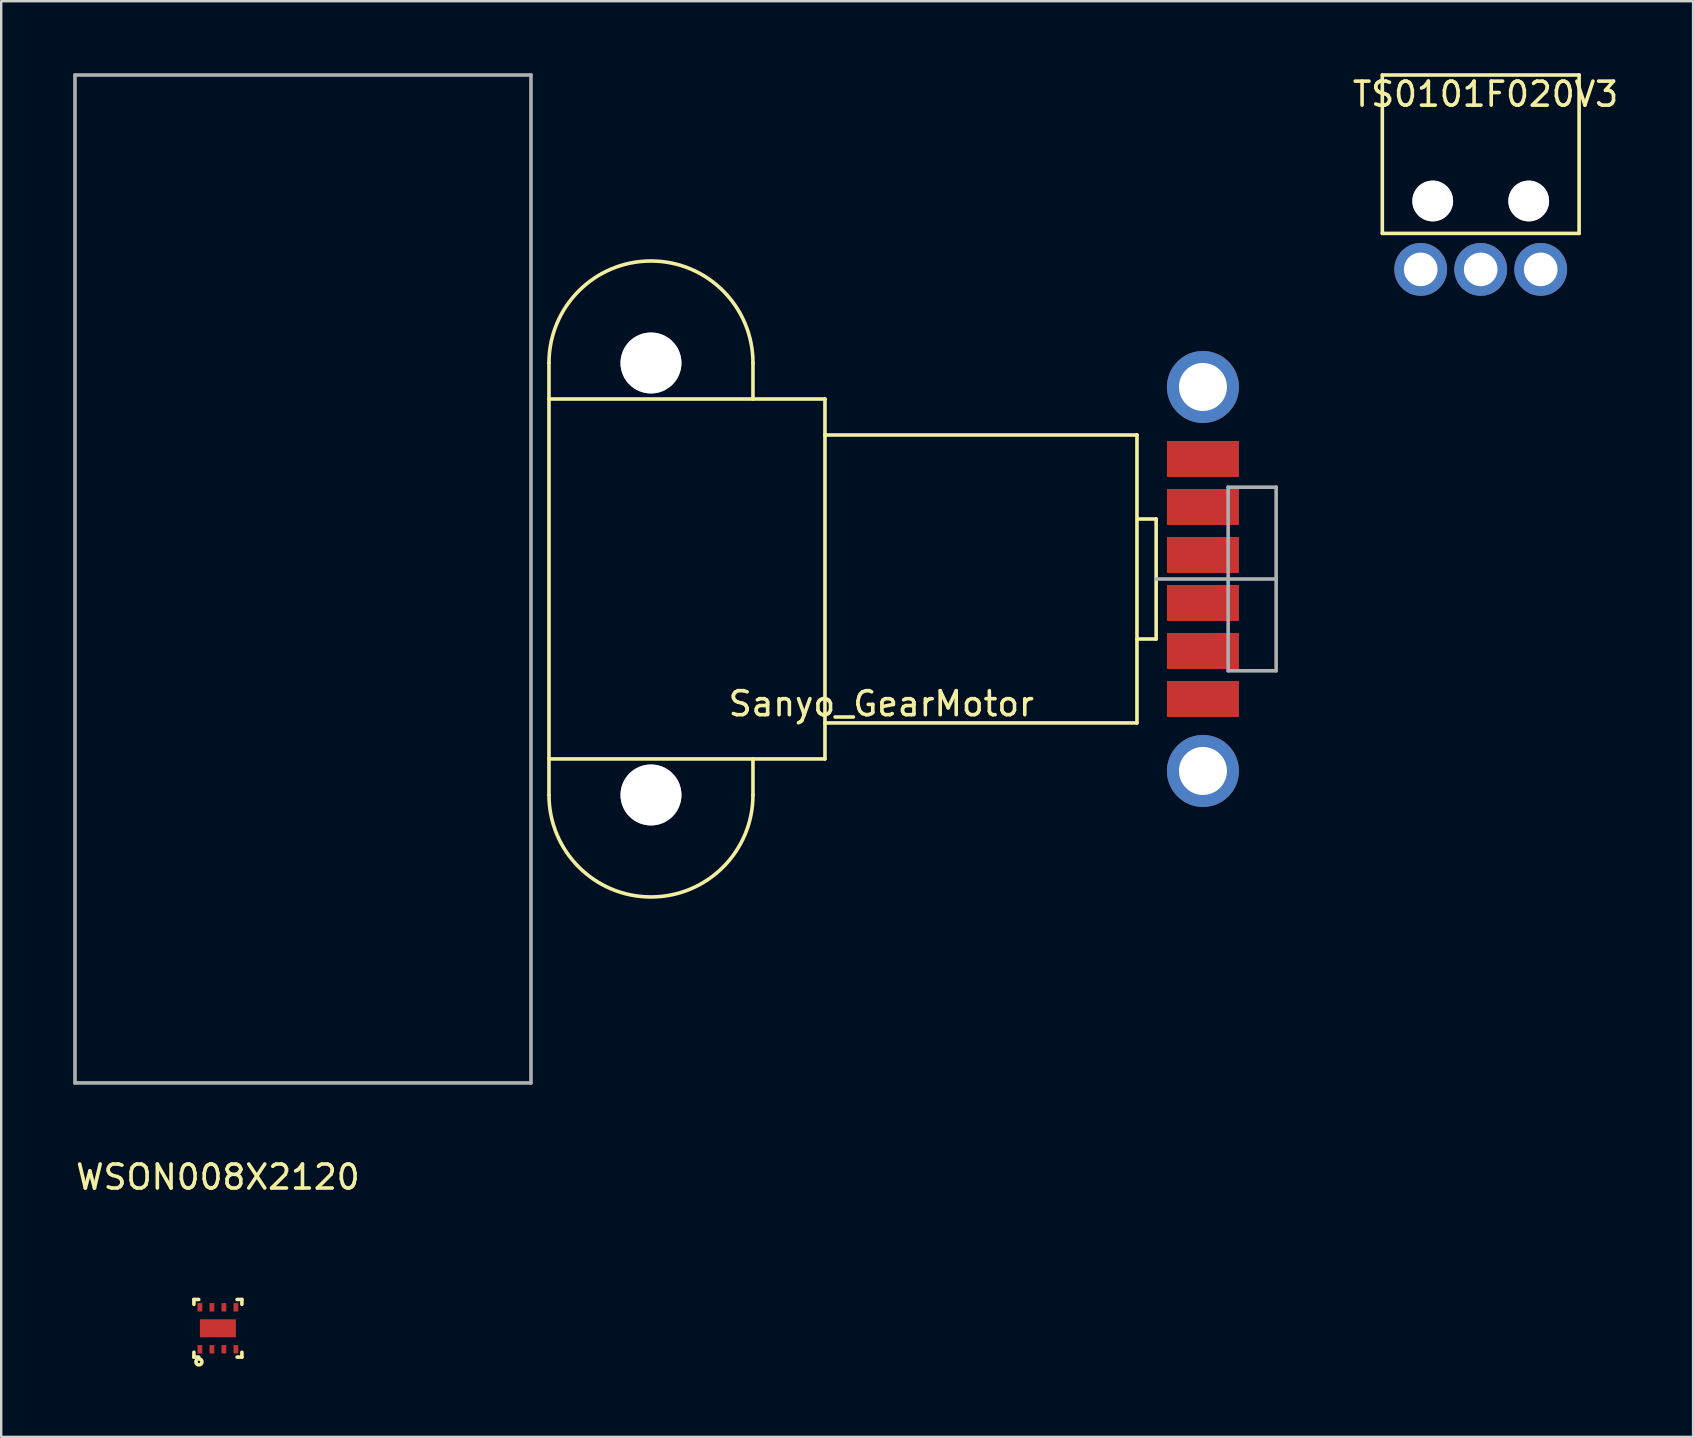
<source format=kicad_pcb>
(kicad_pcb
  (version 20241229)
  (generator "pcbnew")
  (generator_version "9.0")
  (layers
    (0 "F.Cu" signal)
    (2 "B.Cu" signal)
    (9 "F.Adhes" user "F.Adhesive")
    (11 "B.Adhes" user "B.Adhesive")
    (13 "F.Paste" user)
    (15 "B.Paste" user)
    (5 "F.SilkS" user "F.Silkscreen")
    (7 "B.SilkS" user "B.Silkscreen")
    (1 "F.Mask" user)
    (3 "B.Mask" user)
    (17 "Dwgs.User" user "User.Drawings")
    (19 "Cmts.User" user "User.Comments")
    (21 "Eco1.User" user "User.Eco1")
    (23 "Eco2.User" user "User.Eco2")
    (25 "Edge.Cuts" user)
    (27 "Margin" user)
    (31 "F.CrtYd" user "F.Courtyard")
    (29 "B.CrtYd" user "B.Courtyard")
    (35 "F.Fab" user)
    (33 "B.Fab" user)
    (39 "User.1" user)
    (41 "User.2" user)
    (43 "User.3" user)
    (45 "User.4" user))
  (footprint "TS0101F020V3"
    (layer "F.Cu")
    (at 58.649 8.175)
    (property "Reference" "TS0101F020V3" (at 0.2 -7.3 0) (layer "F.SilkS") (effects (font (size 1 1) (thickness 0.15))))
    (attr through_hole)
    (fp_line (start -4.1 -8.1) (end 4.1 -8.1) (stroke (width 0.15) (type solid)) (layer "F.SilkS"))
    (fp_line (start -4.1 -1.5) (end -4.1 -8.1) (stroke (width 0.15) (type solid)) (layer "F.SilkS"))
    (fp_line (start -4.1 -1.5) (end 4.1 -1.5) (stroke (width 0.15) (type solid)) (layer "F.SilkS"))
    (fp_line (start 4.1 -8.1) (end 4.1 -1.5) (stroke (width 0.15) (type solid)) (layer "F.SilkS"))
    (pad "" thru_hole circle (at -2 -2.85) (size 1.7 1.7) (drill 1.7) (layers "*.Cu" "*.Mask"))
    (pad "" thru_hole circle (at 2 -2.85) (size 1.7 1.7) (drill 1.7) (layers "*.Cu" "*.Mask"))
    (pad "1" thru_hole circle (at 2.5 0) (size 2.2 2.2) (drill 1.4) (layers "*.Cu" "*.Mask"))
    (pad "2" thru_hole circle (at -2.5 0) (size 2.2 2.2) (drill 1.4) (layers "*.Cu" "*.Mask"))
    (pad "3" thru_hole circle (at 0 0) (size 2.2 2.2) (drill 1.4) (layers "*.Cu" "*.Mask")))
  (footprint "Sanyo_GearMotor"
    (layer "F.Cu")
    (at 24.075 21.075)
    (property "Reference" "Sanyo_GearMotor" (at 9.6 5.2 0) (layer "F.SilkS") (effects (font (size 1 1) (thickness 0.15))))
    (attr through_hole)
    (fp_line (start -4.25 -7.5) (end 7.25 -7.5) (stroke (width 0.15) (type solid)) (layer "F.SilkS"))
    (fp_line (start -4.25 9) (end -4.25 -9) (stroke (width 0.15) (type solid)) (layer "F.SilkS"))
    (fp_line (start 4.25 -9) (end 4.25 -7.5) (stroke (width 0.15) (type solid)) (layer "F.SilkS"))
    (fp_line (start 4.25 9) (end 4.25 7.5) (stroke (width 0.15) (type solid)) (layer "F.SilkS"))
    (fp_line (start 7.25 -7.5) (end 7.25 7.5) (stroke (width 0.15) (type solid)) (layer "F.SilkS"))
    (fp_line (start 7.25 7.5) (end -4.25 7.5) (stroke (width 0.15) (type solid)) (layer "F.SilkS"))
    (fp_line (start 20.25 -6) (end 7.25 -6) (stroke (width 0.15) (type solid)) (layer "F.SilkS"))
    (fp_line (start 20.25 -6) (end 20.25 6) (stroke (width 0.15) (type solid)) (layer "F.SilkS"))
    (fp_line (start 20.25 6) (end 7.25 6) (stroke (width 0.15) (type solid)) (layer "F.SilkS"))
    (fp_line (start 20.3 -2.5) (end 21.05 -2.5) (stroke (width 0.15) (type solid)) (layer "F.SilkS"))
    (fp_line (start 21.05 -2.5) (end 21.05 2.5) (stroke (width 0.15) (type solid)) (layer "F.SilkS"))
    (fp_line (start 21.05 2.5) (end 20.25 2.5) (stroke (width 0.15) (type solid)) (layer "F.SilkS"))
    (fp_arc (start -4.25 -9) (mid 0 -13.25) (end 4.25 -9) (stroke (width 0.15) (type solid)) (layer "F.SilkS"))
    (fp_arc (start 4.25 9) (mid 0 13.25) (end -4.25 9) (stroke (width 0.15) (type solid)) (layer "F.SilkS"))
    (fp_line (start -24 -21) (end -5 -21) (stroke (width 0.15) (type solid)) (layer "F.Fab"))
    (fp_line (start -24 21) (end -24 -21) (stroke (width 0.15) (type solid)) (layer "F.Fab"))
    (fp_line (start -5 -21) (end -5 21) (stroke (width 0.15) (type solid)) (layer "F.Fab"))
    (fp_line (start -5 21) (end -24 21) (stroke (width 0.15) (type solid)) (layer "F.Fab"))
    (fp_line (start 21.05 0) (end 26.05 0) (stroke (width 0.15) (type solid)) (layer "F.Fab"))
    (fp_line (start 24.05 -3.825) (end 24.05 3.825) (stroke (width 0.15) (type solid)) (layer "F.Fab"))
    (fp_line (start 24.05 3.825) (end 26.05 3.825) (stroke (width 0.15) (type solid)) (layer "F.Fab"))
    (fp_line (start 26.05 -3.825) (end 24.05 -3.825) (stroke (width 0.15) (type solid)) (layer "F.Fab"))
    (fp_line (start 26.05 3.825) (end 26.05 -3.825) (stroke (width 0.15) (type solid)) (layer "F.Fab"))
    (pad "" thru_hole circle (at 0 -9) (size 2.54 2.54) (drill 2.54) (layers "*.Cu" "*.Mask"))
    (pad "" thru_hole circle (at 0 9) (size 2.54 2.54) (drill 2.54) (layers "*.Cu" "*.Mask"))
    (pad "1" smd rect (at 23 5) (size 3 1.5) (layers "F.Cu" "F.Mask" "F.Paste"))
    (pad "1" thru_hole circle (at 23 8) (size 3 3) (drill 2) (layers "*.Cu" "*.Mask"))
    (pad "2" thru_hole circle (at 23 -8) (size 3 3) (drill 2) (layers "*.Cu" "*.Mask"))
    (pad "2" smd rect (at 23 3) (size 3 1.5) (layers "F.Cu" "F.Mask" "F.Paste"))
    (pad "3" smd rect (at 23 1) (size 3 1.5) (layers "F.Cu" "F.Mask" "F.Paste"))
    (pad "4" smd rect (at 23 -1) (size 3 1.5) (layers "F.Cu" "F.Mask" "F.Paste"))
    (pad "5" smd rect (at 23 -3) (size 3 1.5) (layers "F.Cu" "F.Mask" "F.Paste"))
    (pad "6" smd rect (at 23 -5) (size 3 1.5) (layers "F.Cu" "F.Mask" "F.Paste")))
  (footprint "WSON008X2120"
    (layer "F.Cu")
    (at 6.03 52.298)
    (property "Reference" "WSON008X2120" (at 0 -6.3 0) (layer "F.SilkS") (effects (font (size 1 1) (thickness 0.15))))
    (attr through_hole)
    (fp_line (start -1 -1.2) (end -0.8 -1.2) (stroke (width 0.15) (type solid)) (layer "F.SilkS"))
    (fp_line (start -1 -1) (end -1 -1.2) (stroke (width 0.15) (type solid)) (layer "F.SilkS"))
    (fp_line (start -1 1.2) (end -1 1) (stroke (width 0.15) (type solid)) (layer "F.SilkS"))
    (fp_line (start -0.8 1.2) (end -1 1.2) (stroke (width 0.15) (type solid)) (layer "F.SilkS"))
    (fp_line (start 0.8 -1.2) (end 1 -1.2) (stroke (width 0.15) (type solid)) (layer "F.SilkS"))
    (fp_line (start 0.8 1.2) (end 1 1.2) (stroke (width 0.15) (type solid)) (layer "F.SilkS"))
    (fp_line (start 1 -1.2) (end 1 -1) (stroke (width 0.15) (type solid)) (layer "F.SilkS"))
    (fp_line (start 1 1.2) (end 1 1) (stroke (width 0.15) (type solid)) (layer "F.SilkS"))
    (fp_circle (center -0.79 1.4) (end -0.79 1.35) (stroke (width 0.15) (type solid)) (fill no) (layer "F.SilkS"))
    (pad "1" smd rect (at -0.75 0.875) (size 0.2 0.35) (layers "F.Cu" "F.Mask" "F.Paste"))
    (pad "2" smd rect (at -0.25 0.875) (size 0.2 0.35) (layers "F.Cu" "F.Mask" "F.Paste"))
    (pad "3" smd rect (at 0.25 0.875) (size 0.2 0.35) (layers "F.Cu" "F.Mask" "F.Paste"))
    (pad "4" smd rect (at 0.75 0.875) (size 0.2 0.35) (layers "F.Cu" "F.Mask" "F.Paste"))
    (pad "5" smd rect (at 0.75 -0.875) (size 0.2 0.35) (layers "F.Cu" "F.Mask" "F.Paste"))
    (pad "6" smd rect (at 0.25 -0.875) (size 0.2 0.35) (layers "F.Cu" "F.Mask" "F.Paste"))
    (pad "7" smd rect (at -0.25 -0.875) (size 0.2 0.35) (layers "F.Cu" "F.Mask" "F.Paste"))
    (pad "8" smd rect (at -0.75 -0.875) (size 0.2 0.35) (layers "F.Cu" "F.Mask" "F.Paste"))
    (pad "EP" smd rect (at 0 0) (size 1.5 0.75) (layers "F.Cu" "F.Mask" "F.Paste")))
  (gr_rect
    (start -3 -3)
    (end 67.498 56.823)
    (stroke (width 0.1) (type default))
    (fill no)
    (layer "Edge.Cuts")))
</source>
